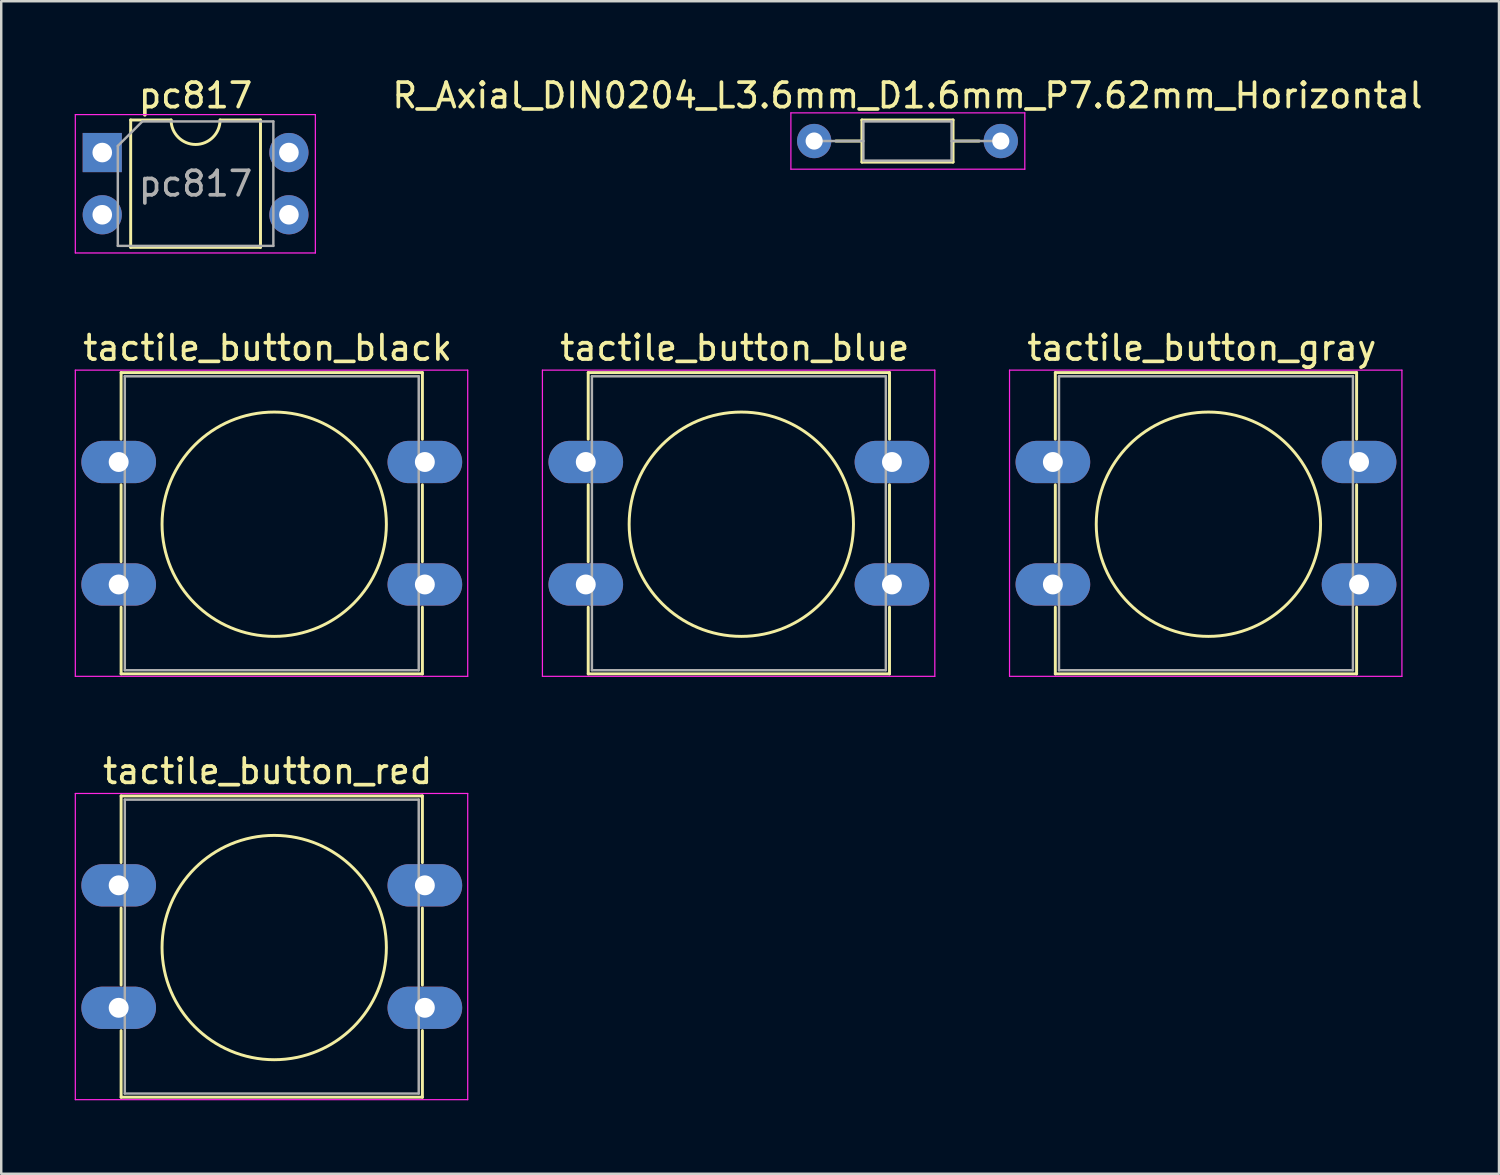
<source format=kicad_pcb>
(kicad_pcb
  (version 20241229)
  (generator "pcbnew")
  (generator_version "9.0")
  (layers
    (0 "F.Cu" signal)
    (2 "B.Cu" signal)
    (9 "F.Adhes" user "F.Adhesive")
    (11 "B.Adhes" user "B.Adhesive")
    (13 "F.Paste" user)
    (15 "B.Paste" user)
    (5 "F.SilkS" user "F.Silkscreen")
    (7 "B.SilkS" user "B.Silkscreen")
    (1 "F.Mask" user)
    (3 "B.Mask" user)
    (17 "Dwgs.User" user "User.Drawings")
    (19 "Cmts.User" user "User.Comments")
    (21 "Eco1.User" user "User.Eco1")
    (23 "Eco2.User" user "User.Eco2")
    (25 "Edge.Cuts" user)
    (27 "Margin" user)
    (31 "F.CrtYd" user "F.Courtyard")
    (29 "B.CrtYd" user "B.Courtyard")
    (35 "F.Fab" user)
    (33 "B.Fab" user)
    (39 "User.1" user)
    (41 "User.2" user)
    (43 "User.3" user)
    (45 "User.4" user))
  (footprint "R_Axial_DIN0204_L3.6mm_D1.6mm_P7.62mm_Horizontal"
    (layer "F.Cu")
    (at 30.189 2.708)
    (property "Reference" "R_Axial_DIN0204_L3.6mm_D1.6mm_P7.62mm_Horizontal" (at 3.81 -1.86 0) (layer "F.SilkS") (effects (font (size 1 1) (thickness 0.15))))
    (attr through_hole)
    (fp_line (start 0.88 0) (end 1.95 0) (stroke (width 0.12) (type solid)) (layer "F.SilkS"))
    (fp_line (start 1.95 -0.86) (end 1.95 0.86) (stroke (width 0.12) (type solid)) (layer "F.SilkS"))
    (fp_line (start 1.95 0.86) (end 5.67 0.86) (stroke (width 0.12) (type solid)) (layer "F.SilkS"))
    (fp_line (start 5.67 -0.86) (end 1.95 -0.86) (stroke (width 0.12) (type solid)) (layer "F.SilkS"))
    (fp_line (start 5.67 0.86) (end 5.67 -0.86) (stroke (width 0.12) (type solid)) (layer "F.SilkS"))
    (fp_line (start 6.74 0) (end 5.67 0) (stroke (width 0.12) (type solid)) (layer "F.SilkS"))
    (fp_line (start -0.95 -1.15) (end -0.95 1.15) (stroke (width 0.05) (type solid)) (layer "F.CrtYd"))
    (fp_line (start -0.95 1.15) (end 8.6 1.15) (stroke (width 0.05) (type solid)) (layer "F.CrtYd"))
    (fp_line (start 8.6 -1.15) (end -0.95 -1.15) (stroke (width 0.05) (type solid)) (layer "F.CrtYd"))
    (fp_line (start 8.6 1.15) (end 8.6 -1.15) (stroke (width 0.05) (type solid)) (layer "F.CrtYd"))
    (fp_line (start 0 0) (end 2.01 0) (stroke (width 0.1) (type solid)) (layer "F.Fab"))
    (fp_line (start 2.01 -0.8) (end 2.01 0.8) (stroke (width 0.1) (type solid)) (layer "F.Fab"))
    (fp_line (start 2.01 0.8) (end 5.61 0.8) (stroke (width 0.1) (type solid)) (layer "F.Fab"))
    (fp_line (start 5.61 -0.8) (end 2.01 -0.8) (stroke (width 0.1) (type solid)) (layer "F.Fab"))
    (fp_line (start 5.61 0.8) (end 5.61 -0.8) (stroke (width 0.1) (type solid)) (layer "F.Fab"))
    (fp_line (start 7.62 0) (end 5.61 0) (stroke (width 0.1) (type solid)) (layer "F.Fab"))
    (pad "1" thru_hole circle (at 0 0) (size 1.4 1.4) (drill 0.7) (layers "*.Cu" "*.Mask"))
    (pad "2" thru_hole oval (at 7.62 0) (size 1.4 1.4) (drill 0.7) (layers "*.Cu" "*.Mask")))
  (footprint "tactile_button_red"
    (layer "F.Cu")
    (at 1.795 33.095)
    (property "Reference" "tactile_button_red" (at 6.08 -4.66 0) (layer "F.SilkS") (effects (font (size 1 1) (thickness 0.15))))
    (attr through_hole)
    (fp_line (start 0.1 -3.65) (end 12.4 -3.65) (stroke (width 0.12) (type solid)) (layer "F.SilkS"))
    (fp_line (start 0.1 -0.93) (end 0.1 -3.65) (stroke (width 0.12) (type solid)) (layer "F.SilkS"))
    (fp_line (start 0.1 4.07) (end 0.1 0.93) (stroke (width 0.12) (type solid)) (layer "F.SilkS"))
    (fp_line (start 0.1 8.65) (end 0.1 5.93) (stroke (width 0.12) (type solid)) (layer "F.SilkS"))
    (fp_line (start 12.4 -3.65) (end 12.4 -0.93) (stroke (width 0.12) (type solid)) (layer "F.SilkS"))
    (fp_line (start 12.4 0.93) (end 12.4 4.07) (stroke (width 0.12) (type solid)) (layer "F.SilkS"))
    (fp_line (start 12.4 5.93) (end 12.4 8.65) (stroke (width 0.12) (type solid)) (layer "F.SilkS"))
    (fp_line (start 12.4 8.65) (end 0.1 8.65) (stroke (width 0.12) (type solid)) (layer "F.SilkS"))
    (fp_circle (center 6.35 2.54) (end 10.16 5.08) (stroke (width 0.12) (type solid)) (fill no) (layer "F.SilkS"))
    (fp_line (start -1.77 -3.75) (end -1.77 8.75) (stroke (width 0.05) (type solid)) (layer "F.CrtYd"))
    (fp_line (start -1.77 -3.75) (end 14.25 -3.75) (stroke (width 0.05) (type solid)) (layer "F.CrtYd"))
    (fp_line (start 14.25 8.75) (end -1.77 8.75) (stroke (width 0.05) (type solid)) (layer "F.CrtYd"))
    (fp_line (start 14.25 8.75) (end 14.25 -3.75) (stroke (width 0.05) (type solid)) (layer "F.CrtYd"))
    (fp_line (start 0.25 -3.5) (end 0.25 8.5) (stroke (width 0.1) (type solid)) (layer "F.Fab"))
    (fp_line (start 0.25 -3.5) (end 12.25 -3.5) (stroke (width 0.1) (type solid)) (layer "F.Fab"))
    (fp_line (start 0.25 8.5) (end 12.25 8.5) (stroke (width 0.1) (type solid)) (layer "F.Fab"))
    (fp_line (start 12.25 -3.5) (end 12.25 8.5) (stroke (width 0.1) (type solid)) (layer "F.Fab"))
    (pad "1" thru_hole oval (at 0 0) (size 3.048 1.727) (drill 0.813) (layers "*.Cu" "*.Mask"))
    (pad "1" thru_hole oval (at 12.5 0) (size 3.048 1.727) (drill 0.813) (layers "*.Cu" "*.Mask"))
    (pad "2" thru_hole oval (at 0 5) (size 3.048 1.727) (drill 0.813) (layers "*.Cu" "*.Mask"))
    (pad "2" thru_hole oval (at 12.5 5) (size 3.048 1.727) (drill 0.813) (layers "*.Cu" "*.Mask")))
  (footprint "tactile_button_blue"
    (layer "F.Cu")
    (at 20.865 15.812)
    (property "Reference" "tactile_button_blue" (at 6.08 -4.66 0) (layer "F.SilkS") (effects (font (size 1 1) (thickness 0.15))))
    (attr through_hole)
    (fp_line (start 0.1 -3.65) (end 12.4 -3.65) (stroke (width 0.12) (type solid)) (layer "F.SilkS"))
    (fp_line (start 0.1 -0.93) (end 0.1 -3.65) (stroke (width 0.12) (type solid)) (layer "F.SilkS"))
    (fp_line (start 0.1 4.07) (end 0.1 0.93) (stroke (width 0.12) (type solid)) (layer "F.SilkS"))
    (fp_line (start 0.1 8.65) (end 0.1 5.93) (stroke (width 0.12) (type solid)) (layer "F.SilkS"))
    (fp_line (start 12.4 -3.65) (end 12.4 -0.93) (stroke (width 0.12) (type solid)) (layer "F.SilkS"))
    (fp_line (start 12.4 0.93) (end 12.4 4.07) (stroke (width 0.12) (type solid)) (layer "F.SilkS"))
    (fp_line (start 12.4 5.93) (end 12.4 8.65) (stroke (width 0.12) (type solid)) (layer "F.SilkS"))
    (fp_line (start 12.4 8.65) (end 0.1 8.65) (stroke (width 0.12) (type solid)) (layer "F.SilkS"))
    (fp_circle (center 6.35 2.54) (end 10.16 5.08) (stroke (width 0.12) (type solid)) (fill no) (layer "F.SilkS"))
    (fp_line (start -1.77 -3.75) (end -1.77 8.75) (stroke (width 0.05) (type solid)) (layer "F.CrtYd"))
    (fp_line (start -1.77 -3.75) (end 14.25 -3.75) (stroke (width 0.05) (type solid)) (layer "F.CrtYd"))
    (fp_line (start 14.25 8.75) (end -1.77 8.75) (stroke (width 0.05) (type solid)) (layer "F.CrtYd"))
    (fp_line (start 14.25 8.75) (end 14.25 -3.75) (stroke (width 0.05) (type solid)) (layer "F.CrtYd"))
    (fp_line (start 0.25 -3.5) (end 0.25 8.5) (stroke (width 0.1) (type solid)) (layer "F.Fab"))
    (fp_line (start 0.25 -3.5) (end 12.25 -3.5) (stroke (width 0.1) (type solid)) (layer "F.Fab"))
    (fp_line (start 0.25 8.5) (end 12.25 8.5) (stroke (width 0.1) (type solid)) (layer "F.Fab"))
    (fp_line (start 12.25 -3.5) (end 12.25 8.5) (stroke (width 0.1) (type solid)) (layer "F.Fab"))
    (pad "1" thru_hole oval (at 0 0) (size 3.048 1.727) (drill 0.813) (layers "*.Cu" "*.Mask"))
    (pad "1" thru_hole oval (at 12.5 0) (size 3.048 1.727) (drill 0.813) (layers "*.Cu" "*.Mask"))
    (pad "2" thru_hole oval (at 0 5) (size 3.048 1.727) (drill 0.813) (layers "*.Cu" "*.Mask"))
    (pad "2" thru_hole oval (at 12.5 5) (size 3.048 1.727) (drill 0.813) (layers "*.Cu" "*.Mask")))
  (footprint "tactile_button_gray"
    (layer "F.Cu")
    (at 39.935 15.812)
    (property "Reference" "tactile_button_gray" (at 6.08 -4.66 0) (layer "F.SilkS") (effects (font (size 1 1) (thickness 0.15))))
    (attr through_hole)
    (fp_line (start 0.1 -3.65) (end 12.4 -3.65) (stroke (width 0.12) (type solid)) (layer "F.SilkS"))
    (fp_line (start 0.1 -0.93) (end 0.1 -3.65) (stroke (width 0.12) (type solid)) (layer "F.SilkS"))
    (fp_line (start 0.1 4.07) (end 0.1 0.93) (stroke (width 0.12) (type solid)) (layer "F.SilkS"))
    (fp_line (start 0.1 8.65) (end 0.1 5.93) (stroke (width 0.12) (type solid)) (layer "F.SilkS"))
    (fp_line (start 12.4 -3.65) (end 12.4 -0.93) (stroke (width 0.12) (type solid)) (layer "F.SilkS"))
    (fp_line (start 12.4 0.93) (end 12.4 4.07) (stroke (width 0.12) (type solid)) (layer "F.SilkS"))
    (fp_line (start 12.4 5.93) (end 12.4 8.65) (stroke (width 0.12) (type solid)) (layer "F.SilkS"))
    (fp_line (start 12.4 8.65) (end 0.1 8.65) (stroke (width 0.12) (type solid)) (layer "F.SilkS"))
    (fp_circle (center 6.35 2.54) (end 10.16 5.08) (stroke (width 0.12) (type solid)) (fill no) (layer "F.SilkS"))
    (fp_line (start -1.77 -3.75) (end -1.77 8.75) (stroke (width 0.05) (type solid)) (layer "F.CrtYd"))
    (fp_line (start -1.77 -3.75) (end 14.25 -3.75) (stroke (width 0.05) (type solid)) (layer "F.CrtYd"))
    (fp_line (start 14.25 8.75) (end -1.77 8.75) (stroke (width 0.05) (type solid)) (layer "F.CrtYd"))
    (fp_line (start 14.25 8.75) (end 14.25 -3.75) (stroke (width 0.05) (type solid)) (layer "F.CrtYd"))
    (fp_line (start 0.25 -3.5) (end 0.25 8.5) (stroke (width 0.1) (type solid)) (layer "F.Fab"))
    (fp_line (start 0.25 -3.5) (end 12.25 -3.5) (stroke (width 0.1) (type solid)) (layer "F.Fab"))
    (fp_line (start 0.25 8.5) (end 12.25 8.5) (stroke (width 0.1) (type solid)) (layer "F.Fab"))
    (fp_line (start 12.25 -3.5) (end 12.25 8.5) (stroke (width 0.1) (type solid)) (layer "F.Fab"))
    (pad "1" thru_hole oval (at 0 0) (size 3.048 1.727) (drill 0.813) (layers "*.Cu" "*.Mask"))
    (pad "1" thru_hole oval (at 12.5 0) (size 3.048 1.727) (drill 0.813) (layers "*.Cu" "*.Mask"))
    (pad "2" thru_hole oval (at 0 5) (size 3.048 1.727) (drill 0.813) (layers "*.Cu" "*.Mask"))
    (pad "2" thru_hole oval (at 12.5 5) (size 3.048 1.727) (drill 0.813) (layers "*.Cu" "*.Mask")))
  (footprint "tactile_button_black"
    (layer "F.Cu")
    (at 1.795 15.812)
    (property "Reference" "tactile_button_black" (at 6.08 -4.66 0) (layer "F.SilkS") (effects (font (size 1 1) (thickness 0.15))))
    (attr through_hole)
    (fp_line (start 0.1 -3.65) (end 12.4 -3.65) (stroke (width 0.12) (type solid)) (layer "F.SilkS"))
    (fp_line (start 0.1 -0.93) (end 0.1 -3.65) (stroke (width 0.12) (type solid)) (layer "F.SilkS"))
    (fp_line (start 0.1 4.07) (end 0.1 0.93) (stroke (width 0.12) (type solid)) (layer "F.SilkS"))
    (fp_line (start 0.1 8.65) (end 0.1 5.93) (stroke (width 0.12) (type solid)) (layer "F.SilkS"))
    (fp_line (start 12.4 -3.65) (end 12.4 -0.93) (stroke (width 0.12) (type solid)) (layer "F.SilkS"))
    (fp_line (start 12.4 0.93) (end 12.4 4.07) (stroke (width 0.12) (type solid)) (layer "F.SilkS"))
    (fp_line (start 12.4 5.93) (end 12.4 8.65) (stroke (width 0.12) (type solid)) (layer "F.SilkS"))
    (fp_line (start 12.4 8.65) (end 0.1 8.65) (stroke (width 0.12) (type solid)) (layer "F.SilkS"))
    (fp_circle (center 6.35 2.54) (end 10.16 5.08) (stroke (width 0.12) (type solid)) (fill no) (layer "F.SilkS"))
    (fp_line (start -1.77 -3.75) (end -1.77 8.75) (stroke (width 0.05) (type solid)) (layer "F.CrtYd"))
    (fp_line (start -1.77 -3.75) (end 14.25 -3.75) (stroke (width 0.05) (type solid)) (layer "F.CrtYd"))
    (fp_line (start 14.25 8.75) (end -1.77 8.75) (stroke (width 0.05) (type solid)) (layer "F.CrtYd"))
    (fp_line (start 14.25 8.75) (end 14.25 -3.75) (stroke (width 0.05) (type solid)) (layer "F.CrtYd"))
    (fp_line (start 0.25 -3.5) (end 0.25 8.5) (stroke (width 0.1) (type solid)) (layer "F.Fab"))
    (fp_line (start 0.25 -3.5) (end 12.25 -3.5) (stroke (width 0.1) (type solid)) (layer "F.Fab"))
    (fp_line (start 0.25 8.5) (end 12.25 8.5) (stroke (width 0.1) (type solid)) (layer "F.Fab"))
    (fp_line (start 12.25 -3.5) (end 12.25 8.5) (stroke (width 0.1) (type solid)) (layer "F.Fab"))
    (pad "1" thru_hole oval (at 0 0) (size 3.048 1.727) (drill 0.813) (layers "*.Cu" "*.Mask"))
    (pad "1" thru_hole oval (at 12.5 0) (size 3.048 1.727) (drill 0.813) (layers "*.Cu" "*.Mask"))
    (pad "2" thru_hole oval (at 0 5) (size 3.048 1.727) (drill 0.813) (layers "*.Cu" "*.Mask"))
    (pad "2" thru_hole oval (at 12.5 5) (size 3.048 1.727) (drill 0.813) (layers "*.Cu" "*.Mask")))
  (footprint "pc817"
    (layer "F.Cu")
    (at 1.125 3.178)
    (property "Reference" "pc817" (at 3.81 -2.33 0) (layer "F.SilkS") (effects (font (size 1 1) (thickness 0.15))))
    (attr through_hole)
    (fp_line (start 1.16 -1.33) (end 1.16 3.87) (stroke (width 0.12) (type solid)) (layer "F.SilkS"))
    (fp_line (start 1.16 3.87) (end 6.46 3.87) (stroke (width 0.12) (type solid)) (layer "F.SilkS"))
    (fp_line (start 2.81 -1.33) (end 1.16 -1.33) (stroke (width 0.12) (type solid)) (layer "F.SilkS"))
    (fp_line (start 6.46 -1.33) (end 4.81 -1.33) (stroke (width 0.12) (type solid)) (layer "F.SilkS"))
    (fp_line (start 6.46 3.87) (end 6.46 -1.33) (stroke (width 0.12) (type solid)) (layer "F.SilkS"))
    (fp_arc (start 4.81 -1.33) (mid 3.81 -0.33) (end 2.81 -1.33) (stroke (width 0.12) (type solid)) (layer "F.SilkS"))
    (fp_line (start -1.1 -1.55) (end -1.1 4.1) (stroke (width 0.05) (type solid)) (layer "F.CrtYd"))
    (fp_line (start -1.1 4.1) (end 8.7 4.1) (stroke (width 0.05) (type solid)) (layer "F.CrtYd"))
    (fp_line (start 8.7 -1.55) (end -1.1 -1.55) (stroke (width 0.05) (type solid)) (layer "F.CrtYd"))
    (fp_line (start 8.7 4.1) (end 8.7 -1.55) (stroke (width 0.05) (type solid)) (layer "F.CrtYd"))
    (fp_line (start 0.635 -0.27) (end 1.635 -1.27) (stroke (width 0.1) (type solid)) (layer "F.Fab"))
    (fp_line (start 0.635 3.81) (end 0.635 -0.27) (stroke (width 0.1) (type solid)) (layer "F.Fab"))
    (fp_line (start 1.635 -1.27) (end 6.985 -1.27) (stroke (width 0.1) (type solid)) (layer "F.Fab"))
    (fp_line (start 6.985 -1.27) (end 6.985 3.81) (stroke (width 0.1) (type solid)) (layer "F.Fab"))
    (fp_line (start 6.985 3.81) (end 0.635 3.81) (stroke (width 0.1) (type solid)) (layer "F.Fab"))
    (fp_text user "${REFERENCE}" (at 3.81 1.27 0) (layer "F.Fab") (effects (font (size 1 1) (thickness 0.15))))
    (pad "1" thru_hole rect (at 0 0) (size 1.6 1.6) (drill 0.8) (layers "*.Cu" "*.Mask"))
    (pad "2" thru_hole oval (at 0 2.54) (size 1.6 1.6) (drill 0.8) (layers "*.Cu" "*.Mask"))
    (pad "3" thru_hole oval (at 7.62 2.54) (size 1.6 1.6) (drill 0.8) (layers "*.Cu" "*.Mask"))
    (pad "4" thru_hole oval (at 7.62 0) (size 1.6 1.6) (drill 0.8) (layers "*.Cu" "*.Mask")))
  (gr_rect
    (start -3 -3)
    (end 58.148 44.87)
    (stroke (width 0.1) (type default))
    (fill no)
    (layer "Edge.Cuts")))
</source>
